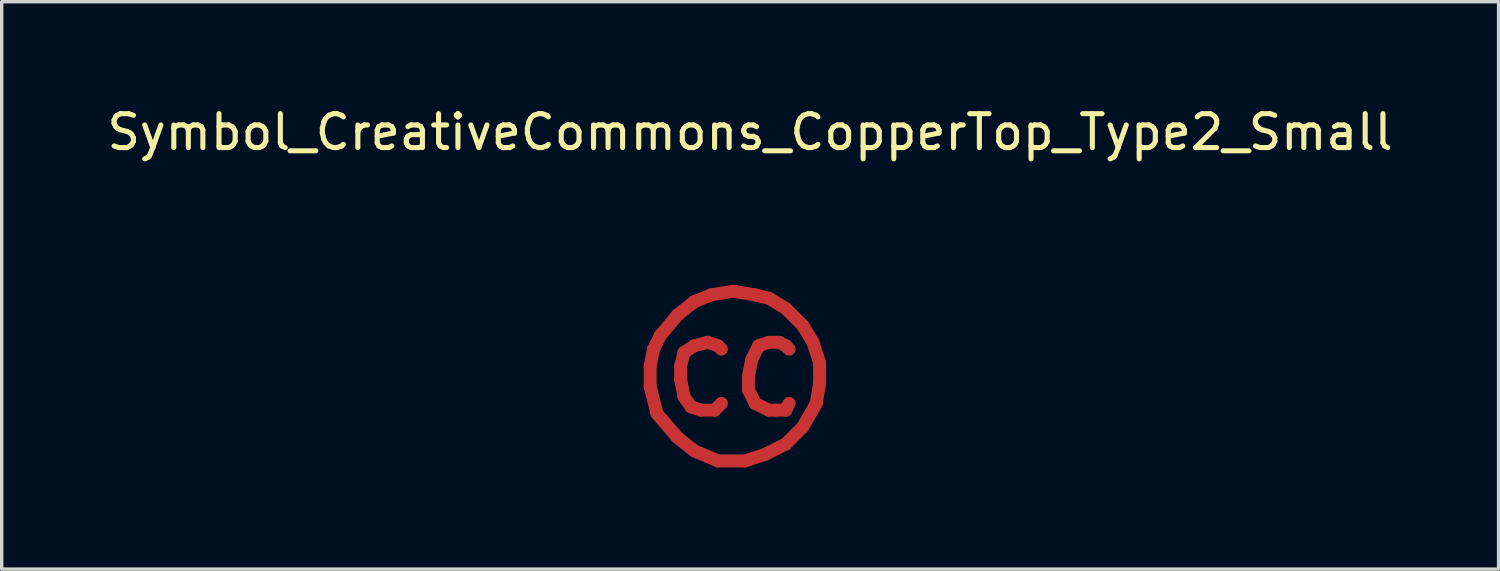
<source format=kicad_pcb>
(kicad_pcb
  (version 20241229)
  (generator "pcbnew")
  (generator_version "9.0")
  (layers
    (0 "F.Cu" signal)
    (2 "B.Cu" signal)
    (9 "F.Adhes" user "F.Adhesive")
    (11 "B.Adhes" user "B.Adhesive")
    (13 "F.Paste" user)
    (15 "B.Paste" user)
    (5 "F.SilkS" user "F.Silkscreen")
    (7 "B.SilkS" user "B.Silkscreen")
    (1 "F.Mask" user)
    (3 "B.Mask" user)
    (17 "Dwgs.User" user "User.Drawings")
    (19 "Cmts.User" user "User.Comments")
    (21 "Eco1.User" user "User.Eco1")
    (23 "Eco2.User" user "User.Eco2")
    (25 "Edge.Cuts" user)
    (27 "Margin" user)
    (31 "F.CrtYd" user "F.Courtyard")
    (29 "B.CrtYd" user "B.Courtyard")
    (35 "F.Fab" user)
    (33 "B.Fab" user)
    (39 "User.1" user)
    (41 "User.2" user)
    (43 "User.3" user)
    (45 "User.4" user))
  (footprint "Symbol_CreativeCommons_CopperTop_Type2_Small"
    (layer "F.Cu")
    (at 18.478 8.148)
    (property "Reference" "Symbol_CreativeCommons_CopperTop_Type2_Small" (at 0.599 -7.3 0) (layer "F.SilkS") (effects (font (size 1 1) (thickness 0.15))))
    (attr exclude_from_pos_files exclude_from_bom)
    (fp_line (start -2.349 -0.4) (end -2.349 0.2) (stroke (width 0.381) (type solid)) (layer "F.Cu"))
    (fp_line (start -2.349 0.2) (end -2.151 1) (stroke (width 0.381) (type solid)) (layer "F.Cu"))
    (fp_line (start -2.25 -0.9) (end -2.349 -0.4) (stroke (width 0.381) (type solid)) (layer "F.Cu"))
    (fp_line (start -2.151 1) (end -1.549 1.701) (stroke (width 0.381) (type solid)) (layer "F.Cu"))
    (fp_line (start -2.05 -1.299) (end -2.25 -0.9) (stroke (width 0.381) (type solid)) (layer "F.Cu"))
    (fp_line (start -1.549 -1.901) (end -2.05 -1.299) (stroke (width 0.381) (type solid)) (layer "F.Cu"))
    (fp_line (start -1.549 1.701) (end -1.049 2.1) (stroke (width 0.381) (type solid)) (layer "F.Cu"))
    (fp_line (start -1.45 -0.4) (end -1.45 -0.001) (stroke (width 0.381) (type solid)) (layer "F.Cu"))
    (fp_line (start -1.45 -0.001) (end -1.351 0.499) (stroke (width 0.381) (type solid)) (layer "F.Cu"))
    (fp_line (start -1.351 -0.801) (end -1.45 -0.4) (stroke (width 0.381) (type solid)) (layer "F.Cu"))
    (fp_line (start -1.351 0.499) (end -1.15 0.799) (stroke (width 0.381) (type solid)) (layer "F.Cu"))
    (fp_line (start -1.15 0.799) (end -0.851 0.901) (stroke (width 0.381) (type solid)) (layer "F.Cu"))
    (fp_line (start -1.049 -2.3) (end -1.549 -1.901) (stroke (width 0.381) (type solid)) (layer "F.Cu"))
    (fp_line (start -1.049 -0.999) (end -1.351 -0.801) (stroke (width 0.381) (type solid)) (layer "F.Cu"))
    (fp_line (start -1.049 2.1) (end -0.35 2.399) (stroke (width 0.381) (type solid)) (layer "F.Cu"))
    (fp_line (start -0.851 0.901) (end -0.449 0.901) (stroke (width 0.381) (type solid)) (layer "F.Cu"))
    (fp_line (start -0.65 -1.101) (end -1.049 -0.999) (stroke (width 0.381) (type solid)) (layer "F.Cu"))
    (fp_line (start -0.551 -2.5) (end -1.049 -2.3) (stroke (width 0.381) (type solid)) (layer "F.Cu"))
    (fp_line (start -0.449 0.901) (end -0.249 0.7) (stroke (width 0.381) (type solid)) (layer "F.Cu"))
    (fp_line (start -0.35 -0.999) (end -0.65 -1.101) (stroke (width 0.381) (type solid)) (layer "F.Cu"))
    (fp_line (start -0.35 2.399) (end 0.45 2.399) (stroke (width 0.381) (type solid)) (layer "F.Cu"))
    (fp_line (start -0.249 -0.9) (end -0.35 -0.999) (stroke (width 0.381) (type solid)) (layer "F.Cu"))
    (fp_line (start 0.051 -2.599) (end -0.551 -2.5) (stroke (width 0.381) (type solid)) (layer "F.Cu"))
    (fp_line (start 0.15 -2.599) (end 0.051 -2.599) (stroke (width 0.381) (type solid)) (layer "F.Cu"))
    (fp_line (start 0.45 2.399) (end 1.049 2.201) (stroke (width 0.381) (type solid)) (layer "F.Cu"))
    (fp_line (start 0.549 -0.1) (end 0.549 0.299) (stroke (width 0.381) (type solid)) (layer "F.Cu"))
    (fp_line (start 0.549 0.299) (end 0.749 0.7) (stroke (width 0.381) (type solid)) (layer "F.Cu"))
    (fp_line (start 0.65 -0.6) (end 0.549 -0.1) (stroke (width 0.381) (type solid)) (layer "F.Cu"))
    (fp_line (start 0.749 -2.5) (end 0.15 -2.599) (stroke (width 0.381) (type solid)) (layer "F.Cu"))
    (fp_line (start 0.749 0.7) (end 1.151 0.901) (stroke (width 0.381) (type solid)) (layer "F.Cu"))
    (fp_line (start 0.851 -0.999) (end 0.65 -0.6) (stroke (width 0.381) (type solid)) (layer "F.Cu"))
    (fp_line (start 1.049 2.201) (end 1.651 1.899) (stroke (width 0.381) (type solid)) (layer "F.Cu"))
    (fp_line (start 1.151 -2.401) (end 0.749 -2.5) (stroke (width 0.381) (type solid)) (layer "F.Cu"))
    (fp_line (start 1.151 -1.101) (end 0.851 -0.999) (stroke (width 0.381) (type solid)) (layer "F.Cu"))
    (fp_line (start 1.151 0.901) (end 1.349 0.901) (stroke (width 0.381) (type solid)) (layer "F.Cu"))
    (fp_line (start 1.349 0.901) (end 1.651 0.901) (stroke (width 0.381) (type solid)) (layer "F.Cu"))
    (fp_line (start 1.45 -1.101) (end 1.151 -1.101) (stroke (width 0.381) (type solid)) (layer "F.Cu"))
    (fp_line (start 1.651 -2.099) (end 1.151 -2.401) (stroke (width 0.381) (type solid)) (layer "F.Cu"))
    (fp_line (start 1.651 -0.999) (end 1.45 -1.101) (stroke (width 0.381) (type solid)) (layer "F.Cu"))
    (fp_line (start 1.651 0.901) (end 1.75 0.7) (stroke (width 0.381) (type solid)) (layer "F.Cu"))
    (fp_line (start 1.651 1.899) (end 2.149 1.401) (stroke (width 0.381) (type solid)) (layer "F.Cu"))
    (fp_line (start 1.75 -0.9) (end 1.651 -0.999) (stroke (width 0.381) (type solid)) (layer "F.Cu"))
    (fp_line (start 2.149 -1.601) (end 1.651 -2.099) (stroke (width 0.381) (type solid)) (layer "F.Cu"))
    (fp_line (start 2.149 1.401) (end 2.55 0.7) (stroke (width 0.381) (type solid)) (layer "F.Cu"))
    (fp_line (start 2.451 -1.101) (end 2.149 -1.601) (stroke (width 0.381) (type solid)) (layer "F.Cu"))
    (fp_line (start 2.55 0.7) (end 2.649 0.101) (stroke (width 0.381) (type solid)) (layer "F.Cu"))
    (fp_line (start 2.649 -0.499) (end 2.451 -1.101) (stroke (width 0.381) (type solid)) (layer "F.Cu"))
    (fp_line (start 2.649 0.101) (end 2.649 -0.499) (stroke (width 0.381) (type solid)) (layer "F.Cu")))
  (gr_rect
    (start -3 -3)
    (end 41.155 13.738)
    (stroke (width 0.1) (type default))
    (fill no)
    (layer "Edge.Cuts")))
</source>
